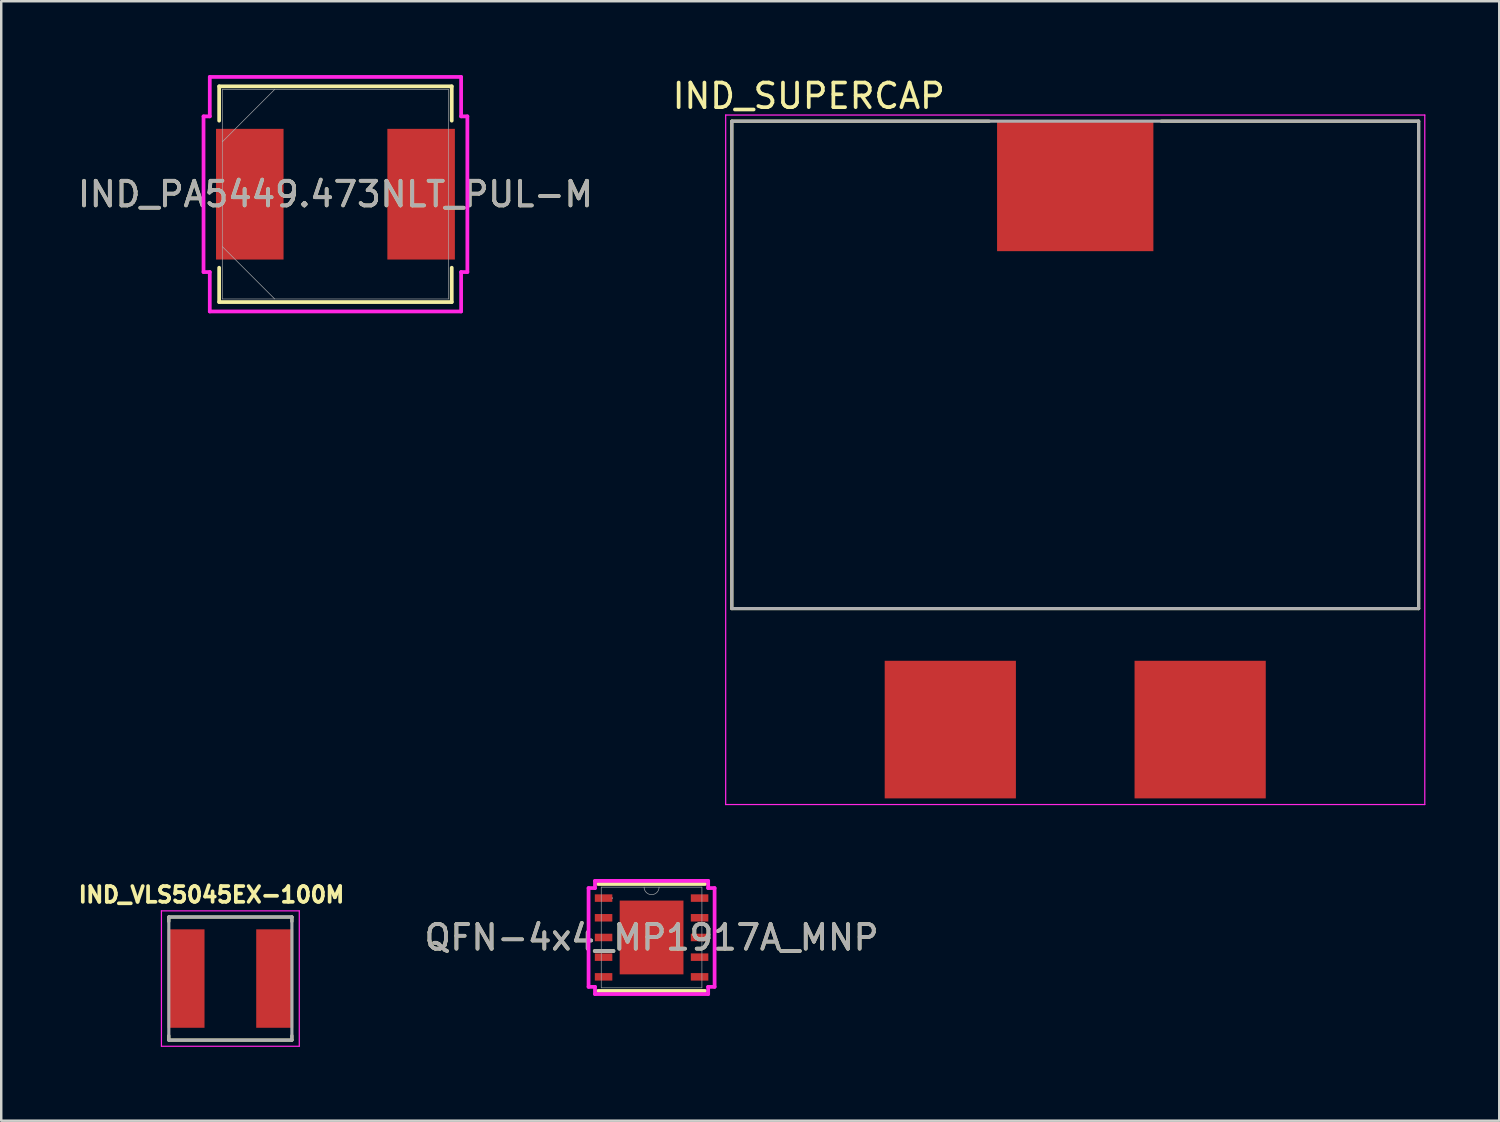
<source format=kicad_pcb>
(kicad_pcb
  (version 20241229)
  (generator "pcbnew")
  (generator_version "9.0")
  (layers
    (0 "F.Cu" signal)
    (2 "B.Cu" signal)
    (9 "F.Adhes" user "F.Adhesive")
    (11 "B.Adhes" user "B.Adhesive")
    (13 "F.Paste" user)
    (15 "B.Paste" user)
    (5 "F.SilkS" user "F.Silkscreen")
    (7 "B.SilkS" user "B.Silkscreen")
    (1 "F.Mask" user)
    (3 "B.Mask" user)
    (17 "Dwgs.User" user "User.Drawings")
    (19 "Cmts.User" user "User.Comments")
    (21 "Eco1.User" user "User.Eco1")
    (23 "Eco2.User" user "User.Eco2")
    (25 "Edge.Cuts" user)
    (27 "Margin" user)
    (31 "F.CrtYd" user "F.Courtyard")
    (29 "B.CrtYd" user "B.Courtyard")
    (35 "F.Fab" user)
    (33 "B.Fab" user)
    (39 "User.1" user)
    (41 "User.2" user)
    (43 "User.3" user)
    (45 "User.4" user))
  (footprint "IND_SUPERCAP"
    (layer "F.Cu")
    (at 40.629 12.233)
    (property "Reference" "IND_SUPERCAP" (at -10.825 -11.385 0) (layer "F.SilkS") (effects (font (size 1 1) (thickness 0.15))))
    (attr smd)
    (fp_line (start -13.95 -10.36) (end -3.495 -10.36) (stroke (width 0.127) (type solid)) (layer "F.SilkS"))
    (fp_line (start -13.95 9.44) (end -13.95 -10.36) (stroke (width 0.127) (type solid)) (layer "F.SilkS"))
    (fp_line (start 3.495 -10.36) (end 13.95 -10.36) (stroke (width 0.127) (type solid)) (layer "F.SilkS"))
    (fp_line (start 13.95 -10.36) (end 13.95 9.44) (stroke (width 0.127) (type solid)) (layer "F.SilkS"))
    (fp_line (start 13.95 9.44) (end -13.95 9.44) (stroke (width 0.127) (type solid)) (layer "F.SilkS"))
    (fp_line (start -14.2 -10.61) (end -14.2 17.4) (stroke (width 0.05) (type solid)) (layer "F.CrtYd"))
    (fp_line (start -14.2 17.4) (end 14.2 17.4) (stroke (width 0.05) (type solid)) (layer "F.CrtYd"))
    (fp_line (start 14.2 -10.61) (end -14.2 -10.61) (stroke (width 0.05) (type solid)) (layer "F.CrtYd"))
    (fp_line (start 14.2 17.4) (end 14.2 -10.61) (stroke (width 0.05) (type solid)) (layer "F.CrtYd"))
    (fp_line (start -13.95 -10.36) (end 13.95 -10.36) (stroke (width 0.127) (type solid)) (layer "F.Fab"))
    (fp_line (start -13.95 9.44) (end -13.95 -10.36) (stroke (width 0.127) (type solid)) (layer "F.Fab"))
    (fp_line (start 13.95 -10.36) (end 13.95 9.44) (stroke (width 0.127) (type solid)) (layer "F.Fab"))
    (fp_line (start 13.95 9.44) (end -13.95 9.44) (stroke (width 0.127) (type solid)) (layer "F.Fab"))
    (pad "1" smd rect (at -5.075 14.355) (size 5.33 5.59) (layers "F.Cu" "F.Mask" "F.Paste"))
    (pad "2" smd rect (at 5.075 14.355) (size 5.33 5.59) (layers "F.Cu" "F.Mask" "F.Paste"))
    (pad "MP" smd rect (at 0 -7.72) (size 6.35 5.28) (layers "F.Cu" "F.Mask" "F.Paste")))
  (footprint "IND_VLS5045EX-100M"
    (layer "F.Cu")
    (at 6.308 36.702)
    (property "Reference" "IND_VLS5045EX-100M" (at -0.768 -3.406 0) (layer "F.SilkS") (effects (font (size 0.64 0.64) (thickness 0.15))))
    (attr smd)
    (fp_line (start -2.5 -2.5) (end -2.5 -2.32) (stroke (width 0.127) (type solid)) (layer "F.SilkS"))
    (fp_line (start -2.5 -2.5) (end 2.5 -2.5) (stroke (width 0.127) (type solid)) (layer "F.SilkS"))
    (fp_line (start -2.5 2.5) (end -2.5 2.32) (stroke (width 0.127) (type solid)) (layer "F.SilkS"))
    (fp_line (start -2.5 2.5) (end 2.5 2.5) (stroke (width 0.127) (type solid)) (layer "F.SilkS"))
    (fp_line (start 2.5 -2.5) (end 2.5 -2.32) (stroke (width 0.127) (type solid)) (layer "F.SilkS"))
    (fp_line (start 2.5 2.5) (end 2.5 2.32) (stroke (width 0.127) (type solid)) (layer "F.SilkS"))
    (fp_line (start -2.8 -2.75) (end -2.8 2.75) (stroke (width 0.05) (type solid)) (layer "F.CrtYd"))
    (fp_line (start -2.8 2.75) (end 2.8 2.75) (stroke (width 0.05) (type solid)) (layer "F.CrtYd"))
    (fp_line (start 2.8 -2.75) (end -2.8 -2.75) (stroke (width 0.05) (type solid)) (layer "F.CrtYd"))
    (fp_line (start 2.8 2.75) (end 2.8 -2.75) (stroke (width 0.05) (type solid)) (layer "F.CrtYd"))
    (fp_line (start -2.5 -2.5) (end -2.5 2.5) (stroke (width 0.127) (type solid)) (layer "F.Fab"))
    (fp_line (start -2.5 -2.5) (end 2.5 -2.5) (stroke (width 0.127) (type solid)) (layer "F.Fab"))
    (fp_line (start -2.5 2.5) (end 2.5 2.5) (stroke (width 0.127) (type solid)) (layer "F.Fab"))
    (fp_line (start 2.5 -2.5) (end 2.5 2.5) (stroke (width 0.127) (type solid)) (layer "F.Fab"))
    (pad "1" smd rect (at -1.8 0) (size 1.5 4) (layers "F.Cu" "F.Mask" "F.Paste"))
    (pad "2" smd rect (at 1.8 0) (size 1.5 4) (layers "F.Cu" "F.Mask" "F.Paste")))
  (footprint "IND_PA5449.473NLT_PUL-M"
    (layer "F.Cu")
    (at 10.577 4.839)
    (property "Reference" "IND_PA5449.473NLT_PUL-M" (at 0 0 0) (unlocked yes) (layer "F.SilkS") (effects (font (size 1 1) (thickness 0.15))))
    (attr smd)
    (fp_line (start -4.724 -4.381) (end -4.724 -2.987) (stroke (width 0.152) (type solid)) (layer "F.SilkS"))
    (fp_line (start -4.724 2.987) (end -4.724 4.381) (stroke (width 0.152) (type solid)) (layer "F.SilkS"))
    (fp_line (start -4.724 4.381) (end 4.724 4.381) (stroke (width 0.152) (type solid)) (layer "F.SilkS"))
    (fp_line (start 4.724 -4.381) (end -4.724 -4.381) (stroke (width 0.152) (type solid)) (layer "F.SilkS"))
    (fp_line (start 4.724 -2.987) (end 4.724 -4.381) (stroke (width 0.152) (type solid)) (layer "F.SilkS"))
    (fp_line (start 4.724 4.381) (end 4.724 2.987) (stroke (width 0.152) (type solid)) (layer "F.SilkS"))
    (fp_line (start -5.359 -3.162) (end -5.105 -3.162) (stroke (width 0.152) (type solid)) (layer "F.CrtYd"))
    (fp_line (start -5.359 3.162) (end -5.359 -3.162) (stroke (width 0.152) (type solid)) (layer "F.CrtYd"))
    (fp_line (start -5.105 -4.763) (end 5.105 -4.763) (stroke (width 0.152) (type solid)) (layer "F.CrtYd"))
    (fp_line (start -5.105 -3.162) (end -5.105 -4.763) (stroke (width 0.152) (type solid)) (layer "F.CrtYd"))
    (fp_line (start -5.105 3.162) (end -5.359 3.162) (stroke (width 0.152) (type solid)) (layer "F.CrtYd"))
    (fp_line (start -5.105 3.162) (end -5.105 4.763) (stroke (width 0.152) (type solid)) (layer "F.CrtYd"))
    (fp_line (start -5.105 4.763) (end 5.105 4.763) (stroke (width 0.152) (type solid)) (layer "F.CrtYd"))
    (fp_line (start 5.105 -4.763) (end 5.105 -3.162) (stroke (width 0.152) (type solid)) (layer "F.CrtYd"))
    (fp_line (start 5.105 -3.162) (end 5.359 -3.162) (stroke (width 0.152) (type solid)) (layer "F.CrtYd"))
    (fp_line (start 5.105 3.162) (end 5.359 3.162) (stroke (width 0.152) (type solid)) (layer "F.CrtYd"))
    (fp_line (start 5.105 4.763) (end 5.105 3.162) (stroke (width 0.152) (type solid)) (layer "F.CrtYd"))
    (fp_line (start 5.359 -3.162) (end 5.359 3.162) (stroke (width 0.152) (type solid)) (layer "F.CrtYd"))
    (fp_line (start -4.597 -4.255) (end -4.597 4.255) (stroke (width 0.025) (type solid)) (layer "F.Fab"))
    (fp_line (start -4.597 -2.127) (end -2.47 -4.255) (stroke (width 0.025) (type solid)) (layer "F.Fab"))
    (fp_line (start -4.597 2.127) (end -2.47 4.255) (stroke (width 0.025) (type solid)) (layer "F.Fab"))
    (fp_line (start -4.597 4.255) (end 4.597 4.255) (stroke (width 0.025) (type solid)) (layer "F.Fab"))
    (fp_line (start 4.597 -4.255) (end -4.597 -4.255) (stroke (width 0.025) (type solid)) (layer "F.Fab"))
    (fp_line (start 4.597 4.255) (end 4.597 -4.255) (stroke (width 0.025) (type solid)) (layer "F.Fab"))
    (fp_text user "${REFERENCE}" (at 0 0 0) (unlocked yes) (layer "F.Fab") (effects (font (size 1 1) (thickness 0.15))))
    (pad "1" smd rect (at -3.48 0 90) (size 5.309 2.743) (layers "F.Cu" "F.Mask" "F.Paste"))
    (pad "2" smd rect (at 3.48 0 90) (size 5.309 2.743) (layers "F.Cu" "F.Mask" "F.Paste")))
  (footprint "QFN-4x4_MP1917A_MNP"
    (layer "F.Cu")
    (at 23.419 35.033)
    (property "Reference" "QFN-4x4_MP1917A_MNP" (at 0 0 0) (unlocked yes) (layer "F.SilkS") (effects (font (size 1 1) (thickness 0.15))))
    (attr smd)
    (fp_line (start -2.172 2.172) (end 2.172 2.172) (stroke (width 0.152) (type solid)) (layer "F.SilkS"))
    (fp_line (start 2.172 -2.172) (end -2.172 -2.172) (stroke (width 0.152) (type solid)) (layer "F.SilkS"))
    (fp_poly (pts (xy -1.195 -1.399) (xy -1.195 -0.1) (xy -0.1 -0.1) (xy -0.1 -1.399)) (stroke (width 0) (type solid)) (fill yes) (layer "F.Paste"))
    (fp_poly (pts (xy -1.195 0.1) (xy -1.195 1.399) (xy -0.1 1.399) (xy -0.1 0.1)) (stroke (width 0) (type solid)) (fill yes) (layer "F.Paste"))
    (fp_poly (pts (xy 0.1 -1.399) (xy 0.1 -0.1) (xy 1.195 -0.1) (xy 1.195 -1.399)) (stroke (width 0) (type solid)) (fill yes) (layer "F.Paste"))
    (fp_poly (pts (xy 0.1 0.1) (xy 0.1 1.399) (xy 1.195 1.399) (xy 1.195 0.1)) (stroke (width 0) (type solid)) (fill yes) (layer "F.Paste"))
    (fp_line (start -2.56 -2.006) (end -2.299 -2.006) (stroke (width 0.152) (type solid)) (layer "F.CrtYd"))
    (fp_line (start -2.56 2.006) (end -2.56 -2.006) (stroke (width 0.152) (type solid)) (layer "F.CrtYd"))
    (fp_line (start -2.56 2.006) (end -2.299 2.006) (stroke (width 0.152) (type solid)) (layer "F.CrtYd"))
    (fp_line (start -2.299 -2.299) (end 2.299 -2.299) (stroke (width 0.152) (type solid)) (layer "F.CrtYd"))
    (fp_line (start -2.299 -2.006) (end -2.299 -2.299) (stroke (width 0.152) (type solid)) (layer "F.CrtYd"))
    (fp_line (start -2.299 2.299) (end -2.299 2.006) (stroke (width 0.152) (type solid)) (layer "F.CrtYd"))
    (fp_line (start 2.299 -2.299) (end 2.299 -2.006) (stroke (width 0.152) (type solid)) (layer "F.CrtYd"))
    (fp_line (start 2.299 2.006) (end 2.299 2.299) (stroke (width 0.152) (type solid)) (layer "F.CrtYd"))
    (fp_line (start 2.299 2.299) (end -2.299 2.299) (stroke (width 0.152) (type solid)) (layer "F.CrtYd"))
    (fp_line (start 2.56 -2.006) (end 2.299 -2.006) (stroke (width 0.152) (type solid)) (layer "F.CrtYd"))
    (fp_line (start 2.56 -2.006) (end 2.56 2.006) (stroke (width 0.152) (type solid)) (layer "F.CrtYd"))
    (fp_line (start 2.56 2.006) (end 2.299 2.006) (stroke (width 0.152) (type solid)) (layer "F.CrtYd"))
    (fp_line (start -2.045 -2.045) (end -2.045 2.045) (stroke (width 0.025) (type solid)) (layer "F.Fab"))
    (fp_line (start -2.045 2.045) (end 2.045 2.045) (stroke (width 0.025) (type solid)) (layer "F.Fab"))
    (fp_line (start 2.045 -2.045) (end -2.045 -2.045) (stroke (width 0.025) (type solid)) (layer "F.Fab"))
    (fp_line (start 2.045 2.045) (end 2.045 -2.045) (stroke (width 0.025) (type solid)) (layer "F.Fab"))
    (fp_arc (start 0.3048 -2.0447) (mid 0 -1.7399) (end -0.3048 -2.0447) (stroke (width 0.0254) (type solid)) (layer "F.Fab"))
    (fp_circle (center -1.594 -1.6) (end -1.594 -1.6) (stroke (width 0.025) (type solid)) (fill no) (layer "F.Fab"))
    (fp_text user "${REFERENCE}" (at 0 0 0) (unlocked yes) (layer "F.Fab") (effects (font (size 1 1) (thickness 0.15))))
    (pad "1" smd rect (at -1.95 -1.6) (size 0.711 0.305) (layers "F.Cu" "F.Mask" "F.Paste"))
    (pad "2" smd rect (at -1.95 -0.8) (size 0.711 0.305) (layers "F.Cu" "F.Mask" "F.Paste"))
    (pad "3" smd rect (at -1.95 0) (size 0.711 0.305) (layers "F.Cu" "F.Mask" "F.Paste"))
    (pad "4" smd rect (at -1.95 0.8) (size 0.711 0.305) (layers "F.Cu" "F.Mask" "F.Paste"))
    (pad "5" smd rect (at -1.95 1.6) (size 0.711 0.305) (layers "F.Cu" "F.Mask" "F.Paste"))
    (pad "6" smd rect (at 1.95 1.6) (size 0.711 0.305) (layers "F.Cu" "F.Mask" "F.Paste"))
    (pad "7" smd rect (at 1.95 0.8) (size 0.711 0.305) (layers "F.Cu" "F.Mask" "F.Paste"))
    (pad "8" smd rect (at 1.95 0) (size 0.711 0.305) (layers "F.Cu" "F.Mask" "F.Paste"))
    (pad "9" smd rect (at 1.95 -0.8) (size 0.711 0.305) (layers "F.Cu" "F.Mask" "F.Paste"))
    (pad "10" smd rect (at 1.95 -1.6) (size 0.711 0.305) (layers "F.Cu" "F.Mask" "F.Paste"))
    (pad "11" smd rect (at 0 0) (size 2.591 2.997) (layers "F.Cu" "F.Mask")))
  (gr_rect
    (start -3 -3)
    (end 57.854 42.477)
    (stroke (width 0.1) (type default))
    (fill no)
    (layer "Edge.Cuts")))
</source>
